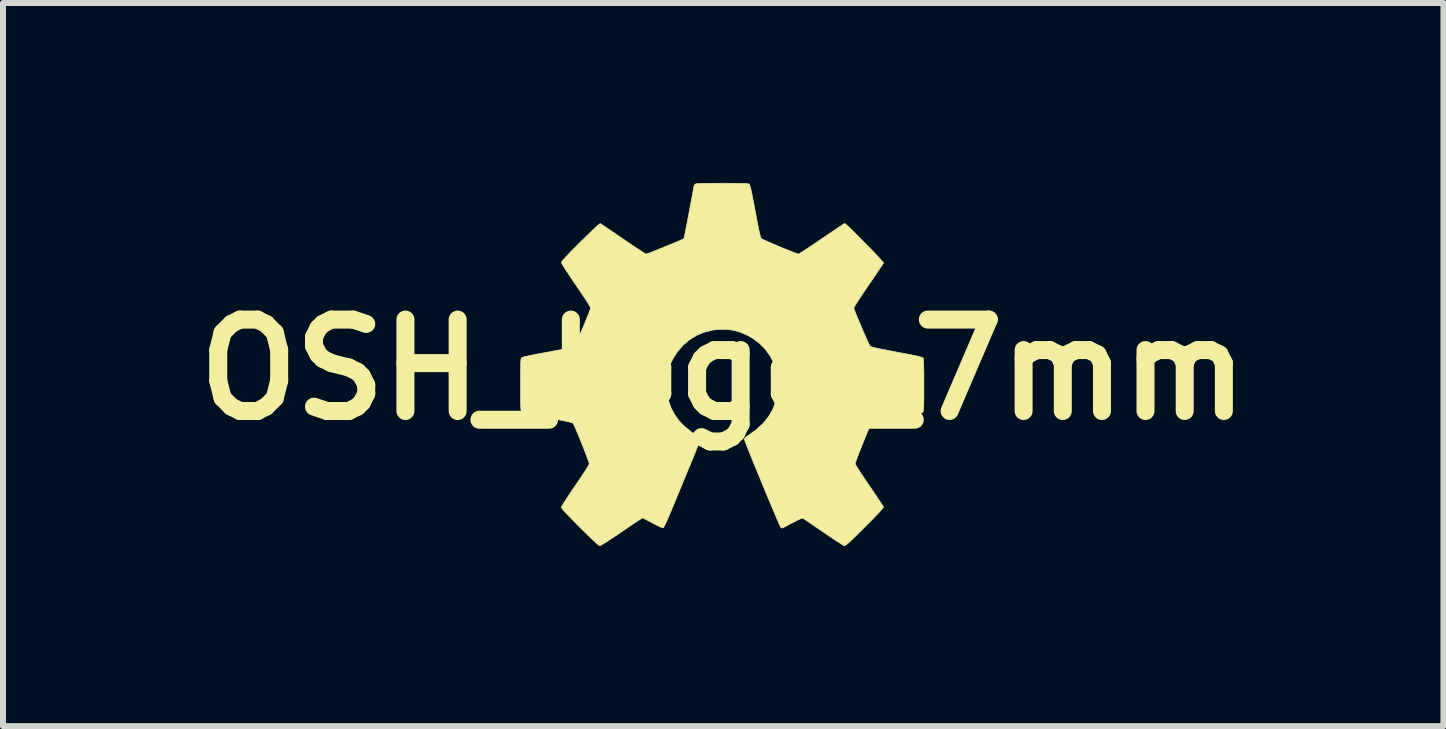
<source format=kicad_pcb>
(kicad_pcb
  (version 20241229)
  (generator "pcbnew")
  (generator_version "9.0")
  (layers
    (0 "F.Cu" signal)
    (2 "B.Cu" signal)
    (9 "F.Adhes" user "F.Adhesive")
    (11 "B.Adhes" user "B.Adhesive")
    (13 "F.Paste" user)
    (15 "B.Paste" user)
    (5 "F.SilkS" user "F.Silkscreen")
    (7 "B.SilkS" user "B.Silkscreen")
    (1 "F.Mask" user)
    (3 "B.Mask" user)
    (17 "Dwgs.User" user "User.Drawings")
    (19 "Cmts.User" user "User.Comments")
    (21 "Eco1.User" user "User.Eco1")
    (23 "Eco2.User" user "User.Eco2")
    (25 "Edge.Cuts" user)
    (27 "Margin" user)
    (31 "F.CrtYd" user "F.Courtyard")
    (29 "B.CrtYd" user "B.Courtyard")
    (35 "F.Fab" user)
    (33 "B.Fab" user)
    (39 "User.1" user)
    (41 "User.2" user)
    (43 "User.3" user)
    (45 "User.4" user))
  (footprint "OSH_logo_7mm"
    (layer "F.Cu")
    (at 9.006 3.112)
    (property "Reference" "OSH_logo_7mm" (at 0 0 0) (layer "F.SilkS") (effects (font (size 1.524 1.524) (thickness 0.3))))
    (attr through_hole)
    (fp_poly (pts (xy 0.1 -3.107) (xy 0.197 -3.106) (xy 0.275 -3.105) (xy 0.336 -3.104) (xy 0.38 -3.101) (xy 0.411 -3.099) (xy 0.428 -3.095) (xy 0.434 -3.093) (xy 0.44 -3.083) (xy 0.448 -3.06) (xy 0.458 -3.023) (xy 0.47 -2.971) (xy 0.484 -2.901) (xy 0.501 -2.813) (xy 0.522 -2.704) (xy 0.534 -2.642) (xy 0.557 -2.518) (xy 0.577 -2.415) (xy 0.594 -2.332) (xy 0.608 -2.269) (xy 0.619 -2.224) (xy 0.628 -2.197) (xy 0.633 -2.186) (xy 0.648 -2.178) (xy 0.68 -2.162) (xy 0.727 -2.141) (xy 0.785 -2.115) (xy 0.851 -2.087) (xy 0.921 -2.058) (xy 0.992 -2.028) (xy 1.061 -2) (xy 1.125 -1.975) (xy 1.179 -1.953) (xy 1.222 -1.938) (xy 1.248 -1.929) (xy 1.255 -1.928) (xy 1.268 -1.934) (xy 1.297 -1.952) (xy 1.341 -1.98) (xy 1.397 -2.016) (xy 1.463 -2.06) (xy 1.538 -2.111) (xy 1.618 -2.165) (xy 1.644 -2.183) (xy 1.725 -2.239) (xy 1.802 -2.29) (xy 1.87 -2.336) (xy 1.928 -2.376) (xy 1.975 -2.406) (xy 2.007 -2.427) (xy 2.024 -2.437) (xy 2.026 -2.438) (xy 2.037 -2.43) (xy 2.062 -2.408) (xy 2.098 -2.374) (xy 2.144 -2.33) (xy 2.197 -2.278) (xy 2.255 -2.22) (xy 2.316 -2.158) (xy 2.378 -2.095) (xy 2.439 -2.032) (xy 2.498 -1.972) (xy 2.551 -1.916) (xy 2.597 -1.867) (xy 2.634 -1.827) (xy 2.66 -1.797) (xy 2.672 -1.781) (xy 2.673 -1.779) (xy 2.666 -1.766) (xy 2.646 -1.737) (xy 2.617 -1.694) (xy 2.58 -1.638) (xy 2.535 -1.572) (xy 2.485 -1.498) (xy 2.43 -1.419) (xy 2.422 -1.407) (xy 2.367 -1.326) (xy 2.317 -1.251) (xy 2.272 -1.183) (xy 2.234 -1.125) (xy 2.205 -1.078) (xy 2.185 -1.046) (xy 2.177 -1.029) (xy 2.177 -1.029) (xy 2.182 -1.012) (xy 2.194 -0.977) (xy 2.213 -0.929) (xy 2.237 -0.87) (xy 2.265 -0.803) (xy 2.295 -0.732) (xy 2.325 -0.66) (xy 2.356 -0.591) (xy 2.384 -0.527) (xy 2.409 -0.471) (xy 2.43 -0.429) (xy 2.444 -0.401) (xy 2.449 -0.393) (xy 2.46 -0.386) (xy 2.481 -0.379) (xy 2.513 -0.37) (xy 2.56 -0.359) (xy 2.622 -0.345) (xy 2.702 -0.33) (xy 2.801 -0.311) (xy 2.893 -0.293) (xy 3.01 -0.271) (xy 3.107 -0.253) (xy 3.184 -0.237) (xy 3.243 -0.224) (xy 3.286 -0.213) (xy 3.314 -0.205) (xy 3.329 -0.198) (xy 3.331 -0.196) (xy 3.335 -0.185) (xy 3.338 -0.163) (xy 3.34 -0.128) (xy 3.342 -0.078) (xy 3.344 -0.011) (xy 3.345 0.074) (xy 3.345 0.179) (xy 3.345 0.256) (xy 3.345 0.369) (xy 3.345 0.46) (xy 3.344 0.534) (xy 3.343 0.591) (xy 3.341 0.633) (xy 3.339 0.664) (xy 3.336 0.685) (xy 3.333 0.699) (xy 3.328 0.707) (xy 3.327 0.708) (xy 3.31 0.722) (xy 3.303 0.726) (xy 3.291 0.728) (xy 3.259 0.733) (xy 3.209 0.742) (xy 3.145 0.754) (xy 3.069 0.768) (xy 2.983 0.784) (xy 2.893 0.801) (xy 2.773 0.823) (xy 2.675 0.842) (xy 2.597 0.858) (xy 2.539 0.872) (xy 2.499 0.882) (xy 2.476 0.891) (xy 2.471 0.894) (xy 2.462 0.909) (xy 2.446 0.942) (xy 2.426 0.99) (xy 2.4 1.049) (xy 2.372 1.117) (xy 2.343 1.19) (xy 2.313 1.264) (xy 2.284 1.337) (xy 2.257 1.406) (xy 2.234 1.466) (xy 2.216 1.516) (xy 2.204 1.551) (xy 2.2 1.569) (xy 2.2 1.569) (xy 2.206 1.583) (xy 2.224 1.613) (xy 2.252 1.658) (xy 2.288 1.714) (xy 2.332 1.78) (xy 2.381 1.854) (xy 2.434 1.932) (xy 2.488 2.01) (xy 2.537 2.083) (xy 2.581 2.149) (xy 2.618 2.205) (xy 2.647 2.248) (xy 2.665 2.277) (xy 2.673 2.29) (xy 2.666 2.303) (xy 2.643 2.33) (xy 2.607 2.371) (xy 2.556 2.424) (xy 2.493 2.49) (xy 2.418 2.566) (xy 2.36 2.624) (xy 2.279 2.705) (xy 2.212 2.771) (xy 2.157 2.824) (xy 2.115 2.865) (xy 2.081 2.895) (xy 2.057 2.915) (xy 2.039 2.928) (xy 2.026 2.934) (xy 2.017 2.935) (xy 2.017 2.935) (xy 2.001 2.927) (xy 1.97 2.908) (xy 1.924 2.879) (xy 1.867 2.842) (xy 1.801 2.798) (xy 1.728 2.749) (xy 1.673 2.711) (xy 1.597 2.659) (xy 1.526 2.611) (xy 1.463 2.568) (xy 1.41 2.532) (xy 1.37 2.504) (xy 1.344 2.487) (xy 1.335 2.482) (xy 1.326 2.479) (xy 1.314 2.479) (xy 1.296 2.485) (xy 1.271 2.495) (xy 1.234 2.512) (xy 1.185 2.538) (xy 1.12 2.571) (xy 1.046 2.61) (xy 1.009 2.63) (xy 0.985 2.639) (xy 0.971 2.639) (xy 0.96 2.631) (xy 0.96 2.631) (xy 0.952 2.617) (xy 0.937 2.585) (xy 0.916 2.536) (xy 0.888 2.472) (xy 0.856 2.395) (xy 0.819 2.308) (xy 0.779 2.213) (xy 0.736 2.111) (xy 0.692 2.005) (xy 0.647 1.896) (xy 0.603 1.788) (xy 0.559 1.682) (xy 0.517 1.58) (xy 0.478 1.484) (xy 0.443 1.397) (xy 0.412 1.32) (xy 0.387 1.255) (xy 0.368 1.206) (xy 0.356 1.172) (xy 0.352 1.158) (xy 0.361 1.138) (xy 0.392 1.112) (xy 0.417 1.096) (xy 0.547 1.004) (xy 0.659 0.902) (xy 0.751 0.789) (xy 0.824 0.666) (xy 0.876 0.535) (xy 0.907 0.395) (xy 0.915 0.315) (xy 0.913 0.169) (xy 0.89 0.029) (xy 0.846 -0.103) (xy 0.783 -0.227) (xy 0.702 -0.339) (xy 0.603 -0.439) (xy 0.489 -0.524) (xy 0.391 -0.578) (xy 0.284 -0.624) (xy 0.183 -0.654) (xy 0.078 -0.669) (xy -0.028 -0.672) (xy -0.173 -0.66) (xy -0.311 -0.626) (xy -0.44 -0.573) (xy -0.559 -0.5) (xy -0.666 -0.411) (xy -0.759 -0.304) (xy -0.837 -0.183) (xy -0.861 -0.135) (xy -0.896 -0.054) (xy -0.92 0.02) (xy -0.936 0.094) (xy -0.943 0.175) (xy -0.945 0.266) (xy -0.944 0.334) (xy -0.941 0.387) (xy -0.935 0.431) (xy -0.925 0.474) (xy -0.914 0.514) (xy -0.868 0.639) (xy -0.809 0.751) (xy -0.735 0.853) (xy -0.642 0.948) (xy -0.53 1.039) (xy -0.485 1.07) (xy -0.444 1.099) (xy -0.41 1.125) (xy -0.388 1.144) (xy -0.381 1.151) (xy -0.384 1.164) (xy -0.395 1.196) (xy -0.413 1.244) (xy -0.436 1.305) (xy -0.464 1.376) (xy -0.497 1.456) (xy -0.521 1.515) (xy -0.563 1.617) (xy -0.611 1.733) (xy -0.663 1.858) (xy -0.715 1.985) (xy -0.766 2.108) (xy -0.812 2.221) (xy -0.823 2.248) (xy -0.871 2.362) (xy -0.911 2.457) (xy -0.944 2.532) (xy -0.97 2.587) (xy -0.989 2.622) (xy -0.999 2.637) (xy -1 2.637) (xy -1.017 2.634) (xy -1.051 2.621) (xy -1.098 2.599) (xy -1.156 2.569) (xy -1.178 2.558) (xy -1.232 2.528) (xy -1.28 2.504) (xy -1.317 2.485) (xy -1.341 2.474) (xy -1.346 2.472) (xy -1.358 2.478) (xy -1.385 2.496) (xy -1.428 2.523) (xy -1.482 2.56) (xy -1.546 2.603) (xy -1.619 2.652) (xy -1.695 2.704) (xy -1.774 2.758) (xy -1.847 2.807) (xy -1.913 2.85) (xy -1.969 2.886) (xy -2.014 2.914) (xy -2.044 2.931) (xy -2.057 2.937) (xy -2.073 2.929) (xy -2.103 2.904) (xy -2.149 2.862) (xy -2.211 2.804) (xy -2.287 2.73) (xy -2.379 2.639) (xy -2.39 2.628) (xy -2.48 2.537) (xy -2.556 2.459) (xy -2.615 2.397) (xy -2.659 2.349) (xy -2.687 2.315) (xy -2.698 2.297) (xy -2.699 2.296) (xy -2.693 2.281) (xy -2.675 2.25) (xy -2.647 2.205) (xy -2.611 2.149) (xy -2.567 2.082) (xy -2.518 2.009) (xy -2.466 1.933) (xy -2.407 1.846) (xy -2.355 1.768) (xy -2.31 1.7) (xy -2.275 1.644) (xy -2.25 1.602) (xy -2.236 1.576) (xy -2.234 1.568) (xy -2.238 1.55) (xy -2.25 1.515) (xy -2.268 1.465) (xy -2.291 1.404) (xy -2.317 1.335) (xy -2.346 1.261) (xy -2.376 1.187) (xy -2.406 1.114) (xy -2.434 1.047) (xy -2.459 0.988) (xy -2.48 0.94) (xy -2.496 0.908) (xy -2.504 0.894) (xy -2.518 0.887) (xy -2.548 0.878) (xy -2.595 0.866) (xy -2.661 0.852) (xy -2.746 0.835) (xy -2.852 0.814) (xy -2.931 0.8) (xy -3.04 0.779) (xy -3.129 0.763) (xy -3.2 0.749) (xy -3.255 0.737) (xy -3.295 0.727) (xy -3.324 0.719) (xy -3.344 0.712) (xy -3.355 0.705) (xy -3.359 0.701) (xy -3.364 0.694) (xy -3.369 0.683) (xy -3.372 0.666) (xy -3.374 0.642) (xy -3.376 0.607) (xy -3.378 0.561) (xy -3.378 0.499) (xy -3.379 0.421) (xy -3.379 0.324) (xy -3.379 0.25) (xy -3.379 0.133) (xy -3.378 0.037) (xy -3.377 -0.041) (xy -3.376 -0.1) (xy -3.374 -0.144) (xy -3.371 -0.174) (xy -3.367 -0.191) (xy -3.365 -0.196) (xy -3.354 -0.202) (xy -3.33 -0.21) (xy -3.291 -0.22) (xy -3.236 -0.233) (xy -3.163 -0.248) (xy -3.07 -0.266) (xy -2.957 -0.287) (xy -2.943 -0.289) (xy -2.848 -0.307) (xy -2.76 -0.324) (xy -2.68 -0.339) (xy -2.612 -0.352) (xy -2.558 -0.363) (xy -2.521 -0.371) (xy -2.504 -0.376) (xy -2.494 -0.382) (xy -2.484 -0.393) (xy -2.471 -0.411) (xy -2.456 -0.439) (xy -2.436 -0.48) (xy -2.412 -0.534) (xy -2.38 -0.605) (xy -2.342 -0.694) (xy -2.309 -0.773) (xy -2.279 -0.846) (xy -2.253 -0.911) (xy -2.232 -0.964) (xy -2.218 -1.003) (xy -2.211 -1.025) (xy -2.211 -1.027) (xy -2.218 -1.044) (xy -2.237 -1.079) (xy -2.268 -1.13) (xy -2.311 -1.196) (xy -2.365 -1.276) (xy -2.428 -1.37) (xy -2.451 -1.403) (xy -2.506 -1.483) (xy -2.556 -1.558) (xy -2.601 -1.626) (xy -2.639 -1.684) (xy -2.668 -1.731) (xy -2.688 -1.763) (xy -2.696 -1.78) (xy -2.696 -1.78) (xy -2.695 -1.789) (xy -2.689 -1.802) (xy -2.677 -1.82) (xy -2.657 -1.843) (xy -2.628 -1.875) (xy -2.589 -1.917) (xy -2.538 -1.97) (xy -2.473 -2.035) (xy -2.394 -2.114) (xy -2.383 -2.125) (xy -2.29 -2.216) (xy -2.213 -2.291) (xy -2.151 -2.351) (xy -2.104 -2.394) (xy -2.071 -2.422) (xy -2.052 -2.434) (xy -2.048 -2.435) (xy -2.036 -2.427) (xy -2.006 -2.408) (xy -1.962 -2.378) (xy -1.906 -2.341) (xy -1.84 -2.296) (xy -1.766 -2.245) (xy -1.686 -2.19) (xy -1.668 -2.178) (xy -1.587 -2.122) (xy -1.511 -2.071) (xy -1.443 -2.026) (xy -1.384 -1.987) (xy -1.338 -1.957) (xy -1.305 -1.937) (xy -1.288 -1.928) (xy -1.287 -1.928) (xy -1.272 -1.932) (xy -1.239 -1.943) (xy -1.191 -1.961) (xy -1.132 -1.985) (xy -1.065 -2.012) (xy -1.017 -2.031) (xy -0.922 -2.07) (xy -0.844 -2.102) (xy -0.784 -2.127) (xy -0.738 -2.146) (xy -0.705 -2.161) (xy -0.682 -2.172) (xy -0.668 -2.18) (xy -0.659 -2.186) (xy -0.655 -2.192) (xy -0.652 -2.198) (xy -0.652 -2.198) (xy -0.649 -2.212) (xy -0.642 -2.245) (xy -0.632 -2.295) (xy -0.62 -2.358) (xy -0.605 -2.431) (xy -0.59 -2.511) (xy -0.574 -2.596) (xy -0.558 -2.682) (xy -0.542 -2.766) (xy -0.527 -2.845) (xy -0.514 -2.917) (xy -0.503 -2.977) (xy -0.494 -3.024) (xy -0.489 -3.054) (xy -0.488 -3.064) (xy -0.48 -3.077) (xy -0.47 -3.089) (xy -0.463 -3.094) (xy -0.451 -3.098) (xy -0.432 -3.1) (xy -0.403 -3.103) (xy -0.364 -3.104) (xy -0.31 -3.106) (xy -0.241 -3.106) (xy -0.154 -3.107) (xy -0.047 -3.107) (xy -0.018 -3.107) (xy 0.1 -3.107)) (stroke (width 0.01) (type solid)) (fill yes) (layer "F.SilkS")))
  (gr_rect
    (start -3 -3)
    (end 21.012 9.054)
    (stroke (width 0.1) (type default))
    (fill no)
    (layer "Edge.Cuts")))
</source>
